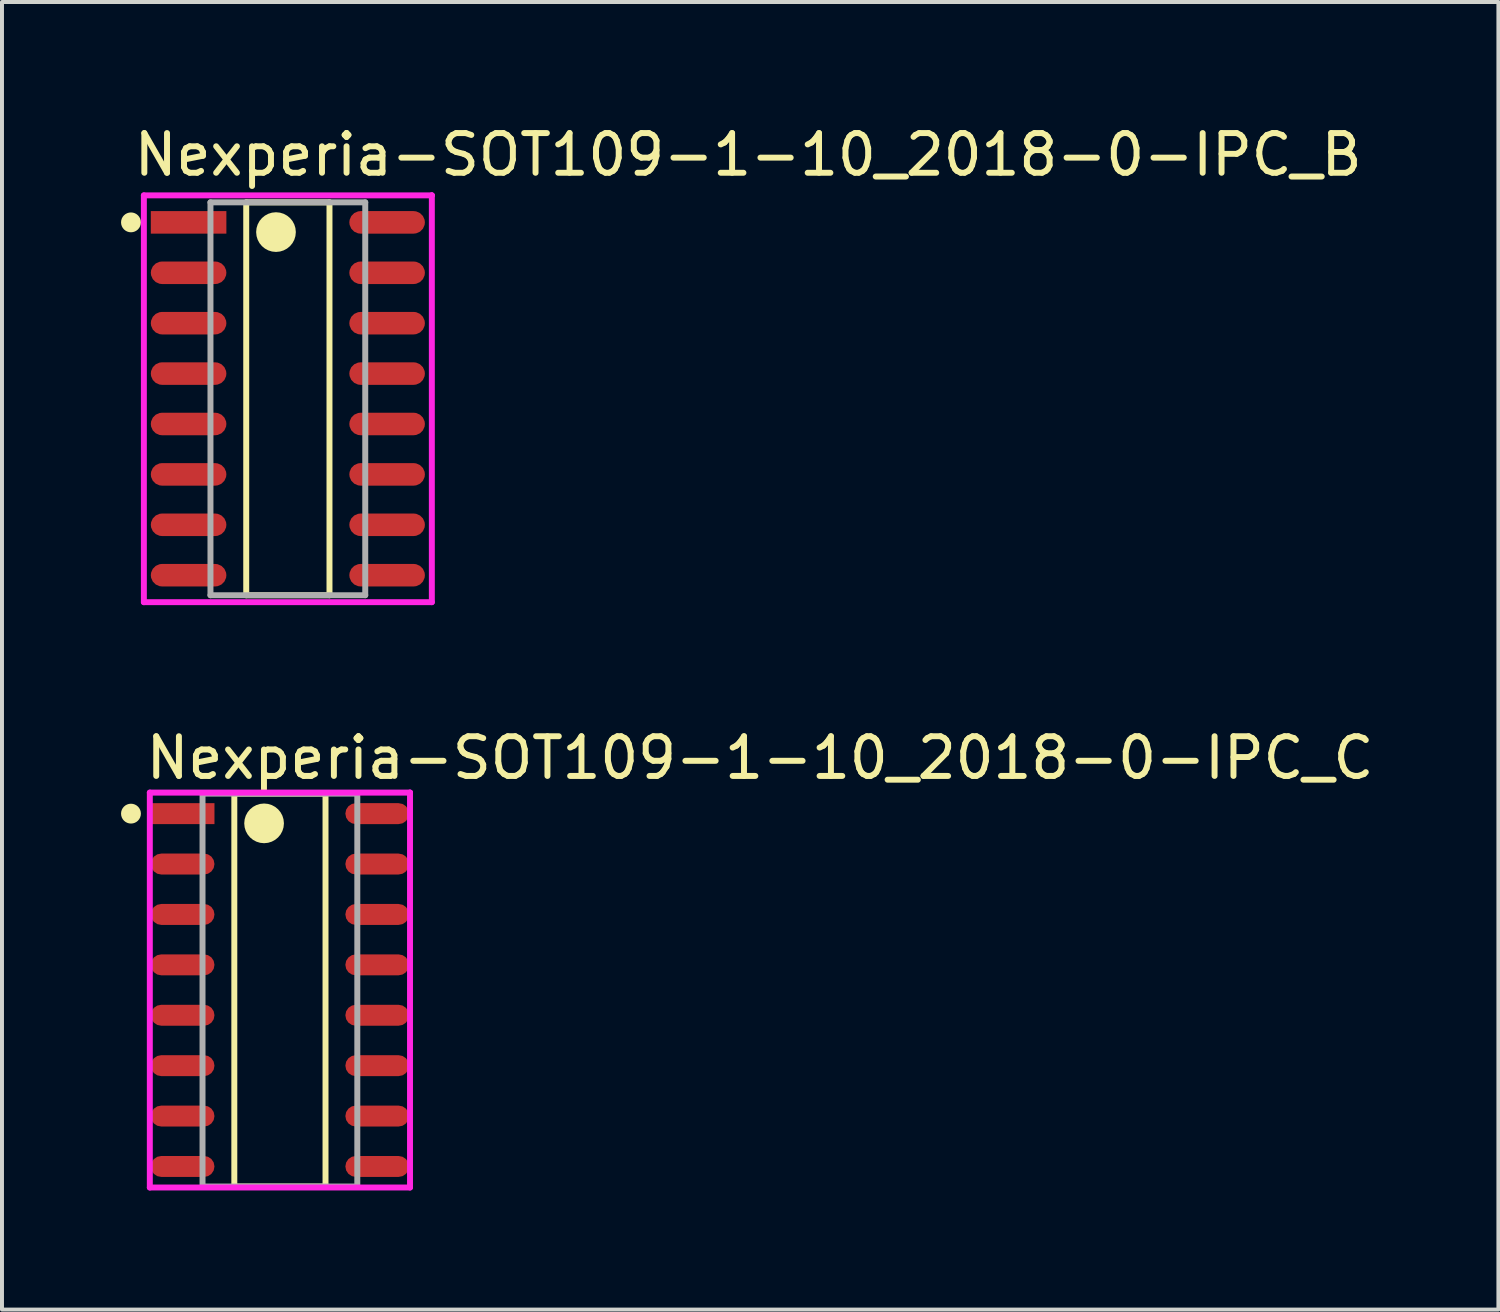
<source format=kicad_pcb>
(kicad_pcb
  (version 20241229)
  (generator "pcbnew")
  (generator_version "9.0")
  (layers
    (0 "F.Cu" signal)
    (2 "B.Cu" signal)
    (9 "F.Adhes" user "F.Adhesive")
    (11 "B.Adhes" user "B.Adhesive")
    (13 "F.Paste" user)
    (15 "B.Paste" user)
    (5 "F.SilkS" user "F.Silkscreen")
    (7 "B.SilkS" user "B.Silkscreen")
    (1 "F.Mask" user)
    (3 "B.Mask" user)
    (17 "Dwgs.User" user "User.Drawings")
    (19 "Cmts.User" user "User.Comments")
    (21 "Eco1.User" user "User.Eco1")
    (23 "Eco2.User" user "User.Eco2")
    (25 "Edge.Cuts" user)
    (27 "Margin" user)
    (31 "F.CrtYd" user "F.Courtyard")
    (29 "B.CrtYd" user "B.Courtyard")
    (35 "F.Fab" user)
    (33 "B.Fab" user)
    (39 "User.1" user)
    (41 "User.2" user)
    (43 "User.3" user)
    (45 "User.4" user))
  (footprint "Nexperia-SOT109-1-10_2018-0-IPC_B"
    (layer "F.Cu")
    (at 4.203 6.998)
    (property "Reference" "Nexperia-SOT109-1-10_2018-0-IPC_B" (at -3.953 -6.15 0) (layer "F.SilkS") (effects (font (size 1 1) (thickness 0.15)) (justify left)))
    (attr through_hole)
    (fp_line (start -1.049 -4.95) (end 1.049 -4.95) (stroke (width 0.15) (type solid)) (layer "F.SilkS"))
    (fp_line (start -1.049 4.95) (end -1.049 -4.95) (stroke (width 0.15) (type solid)) (layer "F.SilkS"))
    (fp_line (start 1.049 -4.95) (end 1.049 4.95) (stroke (width 0.15) (type solid)) (layer "F.SilkS"))
    (fp_line (start 1.049 4.95) (end -1.049 4.95) (stroke (width 0.15) (type solid)) (layer "F.SilkS"))
    (fp_circle (center -3.953 -4.445) (end -3.828 -4.445) (stroke (width 0.25) (type solid)) (fill no) (layer "F.SilkS"))
    (fp_circle (center -0.299 -4.2) (end -0.049 -4.2) (stroke (width 0.5) (type solid)) (fill no) (layer "F.SilkS"))
    (fp_line (start -3.628 -5.125) (end -3.628 5.125) (stroke (width 0.15) (type solid)) (layer "F.CrtYd"))
    (fp_line (start -3.628 5.125) (end 3.628 5.125) (stroke (width 0.15) (type solid)) (layer "F.CrtYd"))
    (fp_line (start 3.628 -5.125) (end -3.628 -5.125) (stroke (width 0.15) (type solid)) (layer "F.CrtYd"))
    (fp_line (start 3.628 -5.125) (end 3.628 -5.125) (stroke (width 0.15) (type solid)) (layer "F.CrtYd"))
    (fp_line (start 3.628 5.125) (end 3.628 -5.125) (stroke (width 0.15) (type solid)) (layer "F.CrtYd"))
    (fp_line (start -1.95 -4.95) (end 1.95 -4.95) (stroke (width 0.15) (type solid)) (layer "F.Fab"))
    (fp_line (start -1.95 4.95) (end -1.95 -4.95) (stroke (width 0.15) (type solid)) (layer "F.Fab"))
    (fp_line (start 1.95 -4.95) (end 1.95 4.95) (stroke (width 0.15) (type solid)) (layer "F.Fab"))
    (fp_line (start 1.95 4.95) (end -1.95 4.95) (stroke (width 0.15) (type solid)) (layer "F.Fab"))
    (pad "1" smd rect (at -2.501 -4.445) (size 1.904 0.568) (layers "F.Cu" "F.Mask" "F.Paste"))
    (pad "2" smd roundrect (at -2.501 -3.175) (size 1.904 0.568) (layers "F.Cu" "F.Mask" "F.Paste") (roundrect_rratio 0.5))
    (pad "3" smd roundrect (at -2.501 -1.905) (size 1.904 0.568) (layers "F.Cu" "F.Mask" "F.Paste") (roundrect_rratio 0.5))
    (pad "4" smd roundrect (at -2.501 -0.635) (size 1.904 0.568) (layers "F.Cu" "F.Mask" "F.Paste") (roundrect_rratio 0.5))
    (pad "5" smd roundrect (at -2.501 0.635) (size 1.904 0.568) (layers "F.Cu" "F.Mask" "F.Paste") (roundrect_rratio 0.5))
    (pad "6" smd roundrect (at -2.501 1.905) (size 1.904 0.568) (layers "F.Cu" "F.Mask" "F.Paste") (roundrect_rratio 0.5))
    (pad "7" smd roundrect (at -2.501 3.175) (size 1.904 0.568) (layers "F.Cu" "F.Mask" "F.Paste") (roundrect_rratio 0.5))
    (pad "8" smd roundrect (at -2.501 4.445) (size 1.904 0.568) (layers "F.Cu" "F.Mask" "F.Paste") (roundrect_rratio 0.5))
    (pad "9" smd roundrect (at 2.501 4.445) (size 1.904 0.568) (layers "F.Cu" "F.Mask" "F.Paste") (roundrect_rratio 0.5))
    (pad "10" smd roundrect (at 2.501 3.175) (size 1.904 0.568) (layers "F.Cu" "F.Mask" "F.Paste") (roundrect_rratio 0.5))
    (pad "11" smd roundrect (at 2.501 1.905) (size 1.904 0.568) (layers "F.Cu" "F.Mask" "F.Paste") (roundrect_rratio 0.5))
    (pad "12" smd roundrect (at 2.501 0.635) (size 1.904 0.568) (layers "F.Cu" "F.Mask" "F.Paste") (roundrect_rratio 0.5))
    (pad "13" smd roundrect (at 2.501 -0.635) (size 1.904 0.568) (layers "F.Cu" "F.Mask" "F.Paste") (roundrect_rratio 0.5))
    (pad "14" smd roundrect (at 2.501 -1.905) (size 1.904 0.568) (layers "F.Cu" "F.Mask" "F.Paste") (roundrect_rratio 0.5))
    (pad "15" smd roundrect (at 2.501 -3.175) (size 1.904 0.568) (layers "F.Cu" "F.Mask" "F.Paste") (roundrect_rratio 0.5))
    (pad "16" smd roundrect (at 2.501 -4.445) (size 1.904 0.568) (layers "F.Cu" "F.Mask" "F.Paste") (roundrect_rratio 0.5)))
  (footprint "Nexperia-SOT109-1-10_2018-0-IPC_C"
    (layer "F.Cu")
    (at 4.003 21.896)
    (property "Reference" "Nexperia-SOT109-1-10_2018-0-IPC_C" (at -3.453 -5.85 0) (layer "F.SilkS") (effects (font (size 1 1) (thickness 0.15)) (justify left)))
    (attr through_hole)
    (fp_line (start -1.149 -4.95) (end 1.149 -4.95) (stroke (width 0.15) (type solid)) (layer "F.SilkS"))
    (fp_line (start -1.149 4.95) (end -1.149 -4.95) (stroke (width 0.15) (type solid)) (layer "F.SilkS"))
    (fp_line (start 1.149 -4.95) (end 1.149 4.95) (stroke (width 0.15) (type solid)) (layer "F.SilkS"))
    (fp_line (start 1.149 4.95) (end -1.149 4.95) (stroke (width 0.15) (type solid)) (layer "F.SilkS"))
    (fp_circle (center -3.753 -4.445) (end -3.628 -4.445) (stroke (width 0.25) (type solid)) (fill no) (layer "F.SilkS"))
    (fp_circle (center -0.399 -4.2) (end -0.149 -4.2) (stroke (width 0.5) (type solid)) (fill no) (layer "F.SilkS"))
    (fp_line (start -3.278 -4.975) (end -3.278 4.975) (stroke (width 0.15) (type solid)) (layer "F.CrtYd"))
    (fp_line (start -3.278 4.975) (end 3.278 4.975) (stroke (width 0.15) (type solid)) (layer "F.CrtYd"))
    (fp_line (start 3.278 -4.975) (end -3.278 -4.975) (stroke (width 0.15) (type solid)) (layer "F.CrtYd"))
    (fp_line (start 3.278 -4.975) (end 3.278 -4.975) (stroke (width 0.15) (type solid)) (layer "F.CrtYd"))
    (fp_line (start 3.278 4.975) (end 3.278 -4.975) (stroke (width 0.15) (type solid)) (layer "F.CrtYd"))
    (fp_line (start -1.95 -4.95) (end 1.95 -4.95) (stroke (width 0.15) (type solid)) (layer "F.Fab"))
    (fp_line (start -1.95 4.95) (end -1.95 -4.95) (stroke (width 0.15) (type solid)) (layer "F.Fab"))
    (fp_line (start 1.95 -4.95) (end 1.95 4.95) (stroke (width 0.15) (type solid)) (layer "F.Fab"))
    (fp_line (start 1.95 4.95) (end -1.95 4.95) (stroke (width 0.15) (type solid)) (layer "F.Fab"))
    (pad "1" smd rect (at -2.451 -4.445) (size 1.604 0.528) (layers "F.Cu" "F.Mask" "F.Paste"))
    (pad "2" smd roundrect (at -2.451 -3.175) (size 1.604 0.528) (layers "F.Cu" "F.Mask" "F.Paste") (roundrect_rratio 0.5))
    (pad "3" smd roundrect (at -2.451 -1.905) (size 1.604 0.528) (layers "F.Cu" "F.Mask" "F.Paste") (roundrect_rratio 0.5))
    (pad "4" smd roundrect (at -2.451 -0.635) (size 1.604 0.528) (layers "F.Cu" "F.Mask" "F.Paste") (roundrect_rratio 0.5))
    (pad "5" smd roundrect (at -2.451 0.635) (size 1.604 0.528) (layers "F.Cu" "F.Mask" "F.Paste") (roundrect_rratio 0.5))
    (pad "6" smd roundrect (at -2.451 1.905) (size 1.604 0.528) (layers "F.Cu" "F.Mask" "F.Paste") (roundrect_rratio 0.5))
    (pad "7" smd roundrect (at -2.451 3.175) (size 1.604 0.528) (layers "F.Cu" "F.Mask" "F.Paste") (roundrect_rratio 0.5))
    (pad "8" smd roundrect (at -2.451 4.445) (size 1.604 0.528) (layers "F.Cu" "F.Mask" "F.Paste") (roundrect_rratio 0.5))
    (pad "9" smd roundrect (at 2.451 4.445) (size 1.604 0.528) (layers "F.Cu" "F.Mask" "F.Paste") (roundrect_rratio 0.5))
    (pad "10" smd roundrect (at 2.451 3.175) (size 1.604 0.528) (layers "F.Cu" "F.Mask" "F.Paste") (roundrect_rratio 0.5))
    (pad "11" smd roundrect (at 2.451 1.905) (size 1.604 0.528) (layers "F.Cu" "F.Mask" "F.Paste") (roundrect_rratio 0.5))
    (pad "12" smd roundrect (at 2.451 0.635) (size 1.604 0.528) (layers "F.Cu" "F.Mask" "F.Paste") (roundrect_rratio 0.5))
    (pad "13" smd roundrect (at 2.451 -0.635) (size 1.604 0.528) (layers "F.Cu" "F.Mask" "F.Paste") (roundrect_rratio 0.5))
    (pad "14" smd roundrect (at 2.451 -1.905) (size 1.604 0.528) (layers "F.Cu" "F.Mask" "F.Paste") (roundrect_rratio 0.5))
    (pad "15" smd roundrect (at 2.451 -3.175) (size 1.604 0.528) (layers "F.Cu" "F.Mask" "F.Paste") (roundrect_rratio 0.5))
    (pad "16" smd roundrect (at 2.451 -4.445) (size 1.604 0.528) (layers "F.Cu" "F.Mask" "F.Paste") (roundrect_rratio 0.5)))
  (gr_rect
    (start -3 -3)
    (end 34.705 29.947)
    (stroke (width 0.1) (type default))
    (fill no)
    (layer "Edge.Cuts")))
</source>
